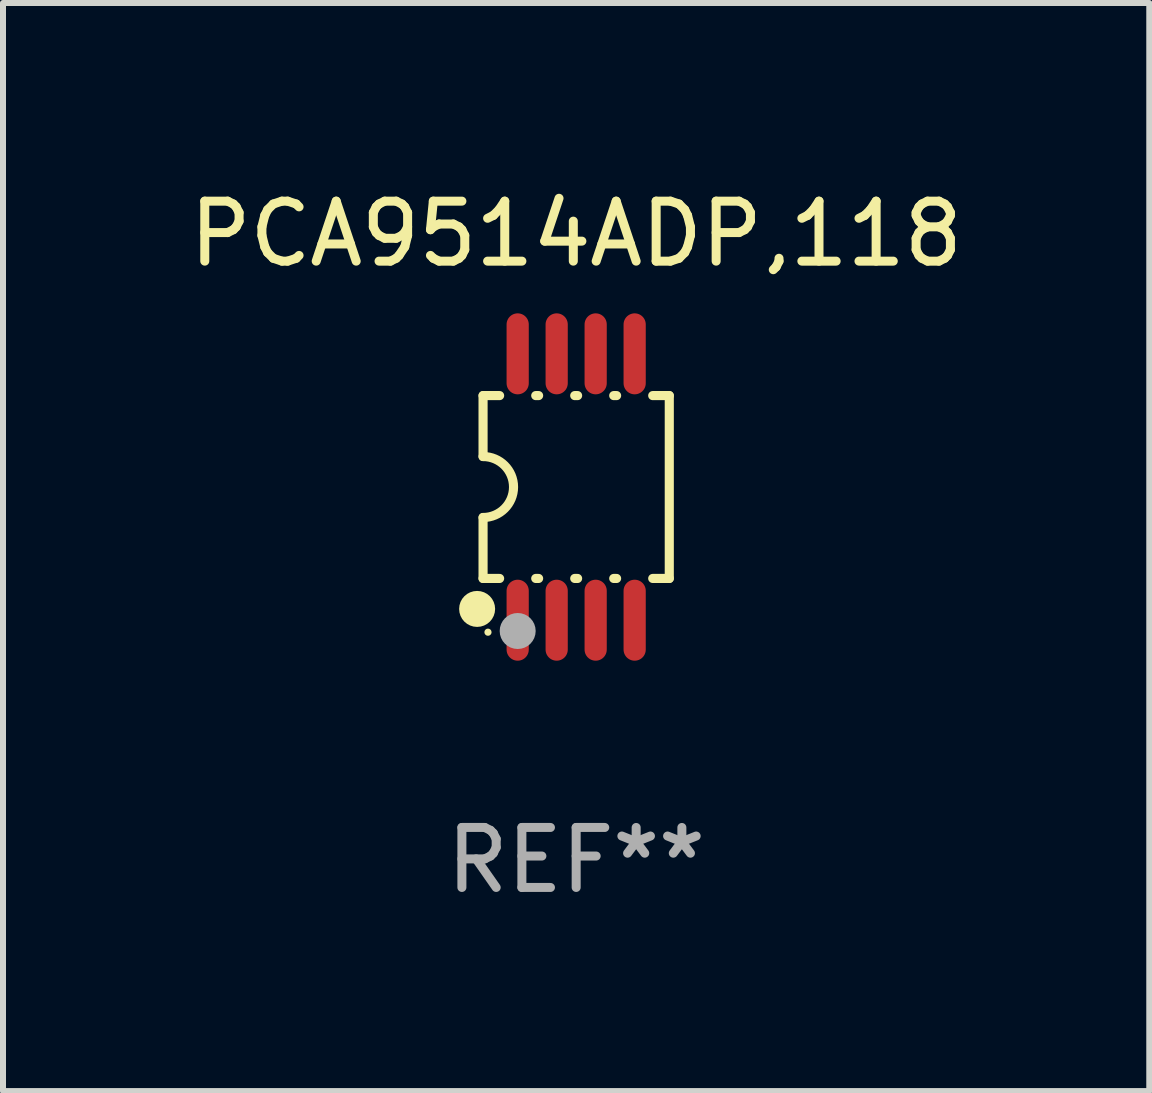
<source format=kicad_pcb>
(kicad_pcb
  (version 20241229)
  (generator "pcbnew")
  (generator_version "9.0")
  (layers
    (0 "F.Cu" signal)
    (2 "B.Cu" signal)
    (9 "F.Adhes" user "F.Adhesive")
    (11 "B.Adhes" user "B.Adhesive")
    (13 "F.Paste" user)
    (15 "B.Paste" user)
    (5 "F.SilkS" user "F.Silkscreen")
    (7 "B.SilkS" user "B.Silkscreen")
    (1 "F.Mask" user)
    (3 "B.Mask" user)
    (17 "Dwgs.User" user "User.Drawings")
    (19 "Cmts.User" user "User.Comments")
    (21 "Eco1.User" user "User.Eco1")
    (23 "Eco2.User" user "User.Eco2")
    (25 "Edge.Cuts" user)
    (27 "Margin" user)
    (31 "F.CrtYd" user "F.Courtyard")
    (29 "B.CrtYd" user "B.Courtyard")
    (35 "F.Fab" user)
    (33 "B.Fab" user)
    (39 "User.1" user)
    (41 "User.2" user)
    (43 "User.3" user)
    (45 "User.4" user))
  (footprint "PCA9514ADP,118"
    (layer "F.Cu")
    (at 6.554 5.068)
    (property "Reference" "PCA9514ADP,118" (at 0 -4.22 0) (layer "F.SilkS") (effects (font (size 1 1) (thickness 0.15))))
    (attr through_hole)
    (fp_line (start -1.552 -1.524) (end -1.276 -1.524) (stroke (width 0.152) (type solid)) (layer "F.SilkS"))
    (fp_line (start -1.552 -0.508) (end -1.552 -1.524) (stroke (width 0.152) (type solid)) (layer "F.SilkS"))
    (fp_line (start -1.552 1.524) (end -1.552 0.508) (stroke (width 0.152) (type solid)) (layer "F.SilkS"))
    (fp_line (start -1.552 1.524) (end -1.276 1.524) (stroke (width 0.152) (type solid)) (layer "F.SilkS"))
    (fp_line (start -0.674 -1.524) (end -0.626 -1.524) (stroke (width 0.152) (type solid)) (layer "F.SilkS"))
    (fp_line (start -0.674 1.524) (end -0.626 1.524) (stroke (width 0.152) (type solid)) (layer "F.SilkS"))
    (fp_line (start -0.024 -1.524) (end 0.024 -1.524) (stroke (width 0.152) (type solid)) (layer "F.SilkS"))
    (fp_line (start -0.024 1.524) (end 0.024 1.524) (stroke (width 0.152) (type solid)) (layer "F.SilkS"))
    (fp_line (start 0.626 -1.524) (end 0.674 -1.524) (stroke (width 0.152) (type solid)) (layer "F.SilkS"))
    (fp_line (start 0.626 1.524) (end 0.674 1.524) (stroke (width 0.152) (type solid)) (layer "F.SilkS"))
    (fp_line (start 1.276 1.524) (end 1.552 1.524) (stroke (width 0.152) (type solid)) (layer "F.SilkS"))
    (fp_line (start 1.276 -1.524) (end 1.552 -1.524) (stroke (width 0.152) (type solid)) (layer "F.SilkS"))
    (fp_line (start 1.552 -1.524) (end 1.552 1.524) (stroke (width 0.152) (type solid)) (layer "F.SilkS"))
    (fp_arc (start -1.551943 -0.508001) (mid -1.043942 0) (end -1.551943 0.508001) (stroke (width 0.151994) (type solid)) (layer "F.SilkS"))
    (fp_circle (center -1.651 2.032) (end -1.501 2.032) (stroke (width 0.3) (type solid)) (fill no) (layer "F.SilkS"))
    (fp_circle (center -1.47 2.42) (end -1.44 2.42) (stroke (width 0.06) (type solid)) (fill no) (layer "F.SilkS"))
    (fp_circle (center -0.975 2.4) (end -0.825 2.4) (stroke (width 0.3) (type solid)) (fill no) (layer "F.Fab"))
    (fp_text user "REF**" (at 0 6.22 0) (layer "F.Fab") (effects (font (size 1 1) (thickness 0.15))))
    (pad "1" smd oval (at -0.975 2.22) (size 0.37 1.35) (layers "F.Cu" "F.Mask" "F.Paste"))
    (pad "2" smd oval (at -0.325 2.22) (size 0.37 1.35) (layers "F.Cu" "F.Mask" "F.Paste"))
    (pad "3" smd oval (at 0.325 2.22) (size 0.37 1.35) (layers "F.Cu" "F.Mask" "F.Paste"))
    (pad "4" smd oval (at 0.975 2.22) (size 0.37 1.35) (layers "F.Cu" "F.Mask" "F.Paste"))
    (pad "5" smd oval (at 0.975 -2.22) (size 0.37 1.35) (layers "F.Cu" "F.Mask" "F.Paste"))
    (pad "6" smd oval (at 0.325 -2.22) (size 0.37 1.35) (layers "F.Cu" "F.Mask" "F.Paste"))
    (pad "7" smd oval (at -0.325 -2.22) (size 0.37 1.35) (layers "F.Cu" "F.Mask" "F.Paste"))
    (pad "8" smd oval (at -0.975 -2.22) (size 0.37 1.35) (layers "F.Cu" "F.Mask" "F.Paste")))
  (gr_rect
    (start -3 -3)
    (end 16.107 15.137)
    (stroke (width 0.1) (type default))
    (fill no)
    (layer "Edge.Cuts")))
</source>
